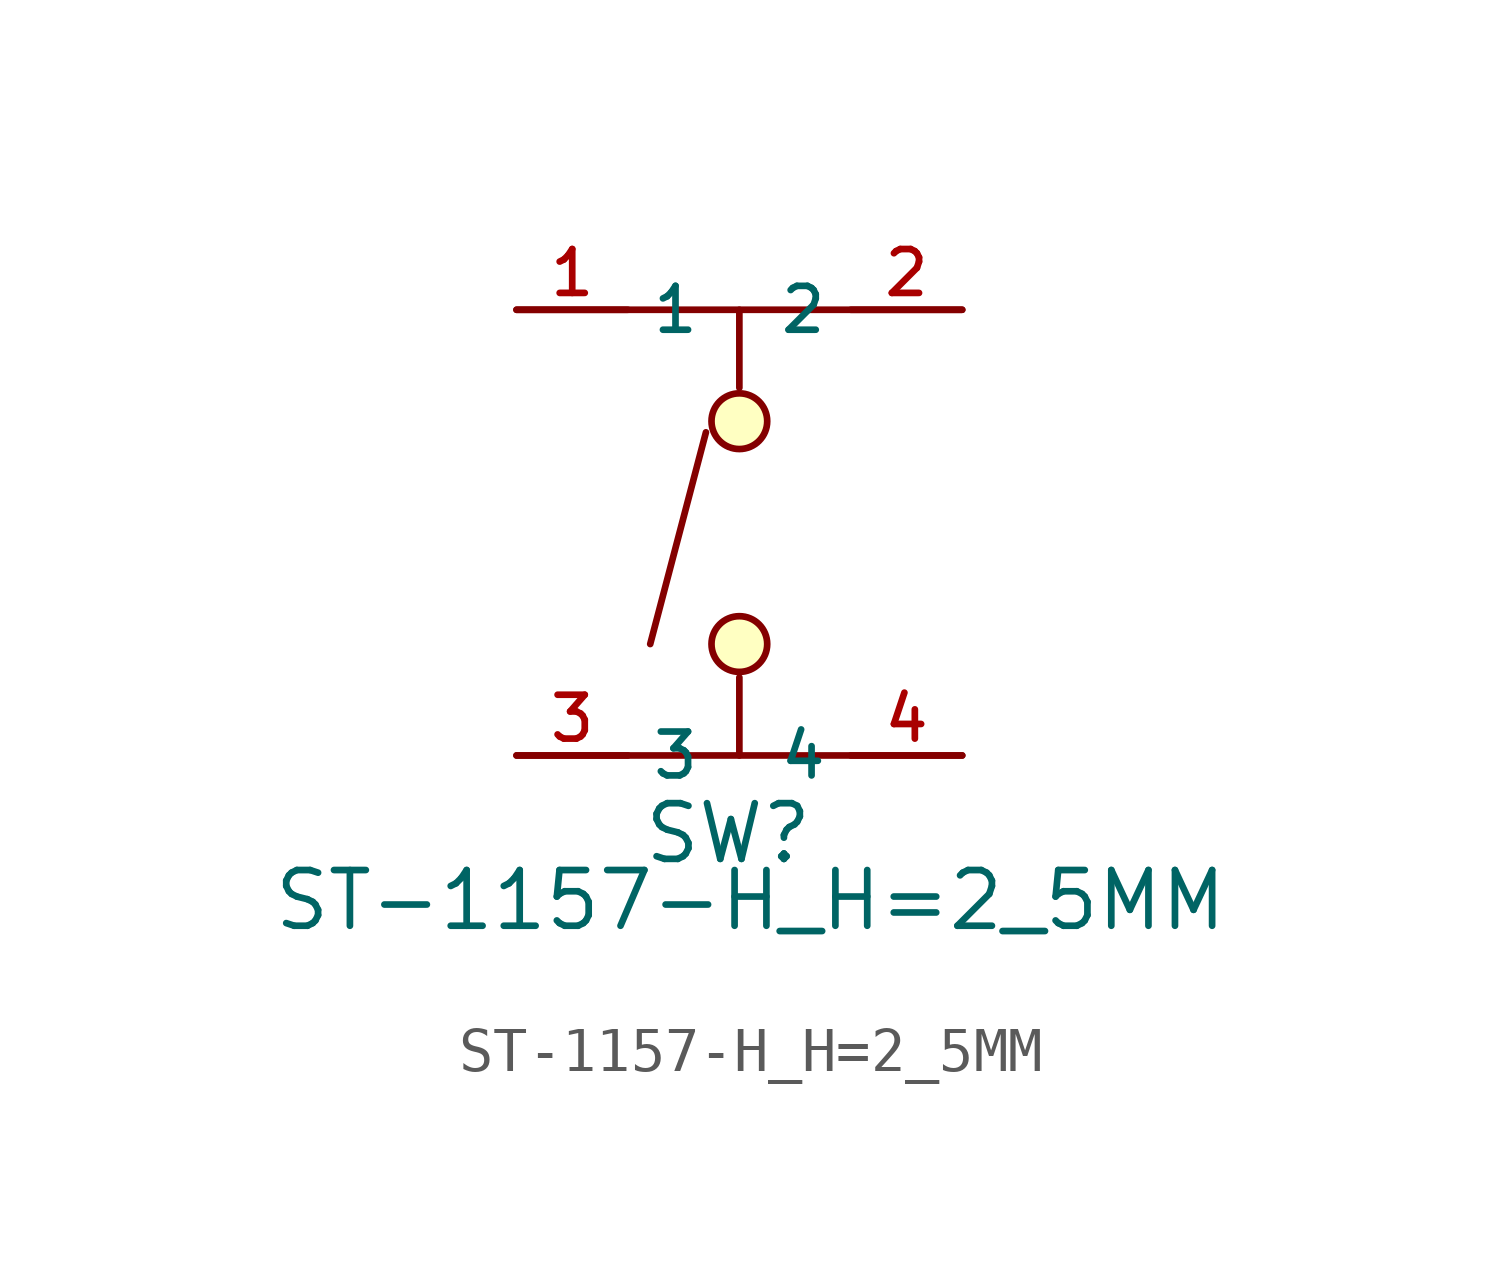
<source format=kicad_sym>
(kicad_symbol_lib
  (version 20231120)
  (generator "kicad_symbol_editor")
  (generator_version "8.0")
  (symbol "ST-1157-H_H=2_5MM"
    (property "Reference" "SW"
      (at -0.254 -6.858 0)
      (effects (font (size 1.27 1.27))))
    (property "Value" "ST-1157-H_H=2_5MM"
      (at 0.254 -8.382 0)
      (effects (font (size 1.27 1.27))))
    (symbol "ST-1157-H_H=2_5MM_0_1"
      (circle (center 0 -2.54) (radius 0.635) (stroke (width 0) (type default)) (fill (type background)))
      (polyline (pts (xy -0.762 2.286) (xy -2.032 -2.54)) (stroke (width 0) (type default)) (fill (type none)))
      (polyline (pts (xy 0 -3.302) (xy 0 -5.08)) (stroke (width 0) (type default)) (fill (type none)))
      (polyline (pts (xy 0 3.302) (xy 0 5.08)) (stroke (width 0) (type default)) (fill (type none)))
      (polyline (pts (xy 5.08 -5.08) (xy -5.08 -5.08)) (stroke (width 0) (type default)) (fill (type none)))
      (polyline (pts (xy 5.08 5.08) (xy -5.08 5.08)) (stroke (width 0) (type default)) (fill (type none)))
      (circle (center 0 2.54) (radius 0.635) (stroke (width 0) (type default)) (fill (type background)))
      (pin unspecified line (at -5.08 5.08 0) (length 2.54) (name "1" (effects (font (size 1 1)))) (number "1" (effects (font (size 1 1)))))
      (pin unspecified line (at 5.08 5.08 180) (length 2.54) (name "2" (effects (font (size 1 1)))) (number "2" (effects (font (size 1 1)))))
      (pin unspecified line (at -5.08 -5.08 0) (length 2.54) (name "3" (effects (font (size 1 1)))) (number "3" (effects (font (size 1 1)))))
      (pin unspecified line (at 5.08 -5.08 180) (length 2.54) (name "4" (effects (font (size 1 1)))) (number "4" (effects (font (size 1 1))))))))
</source>
